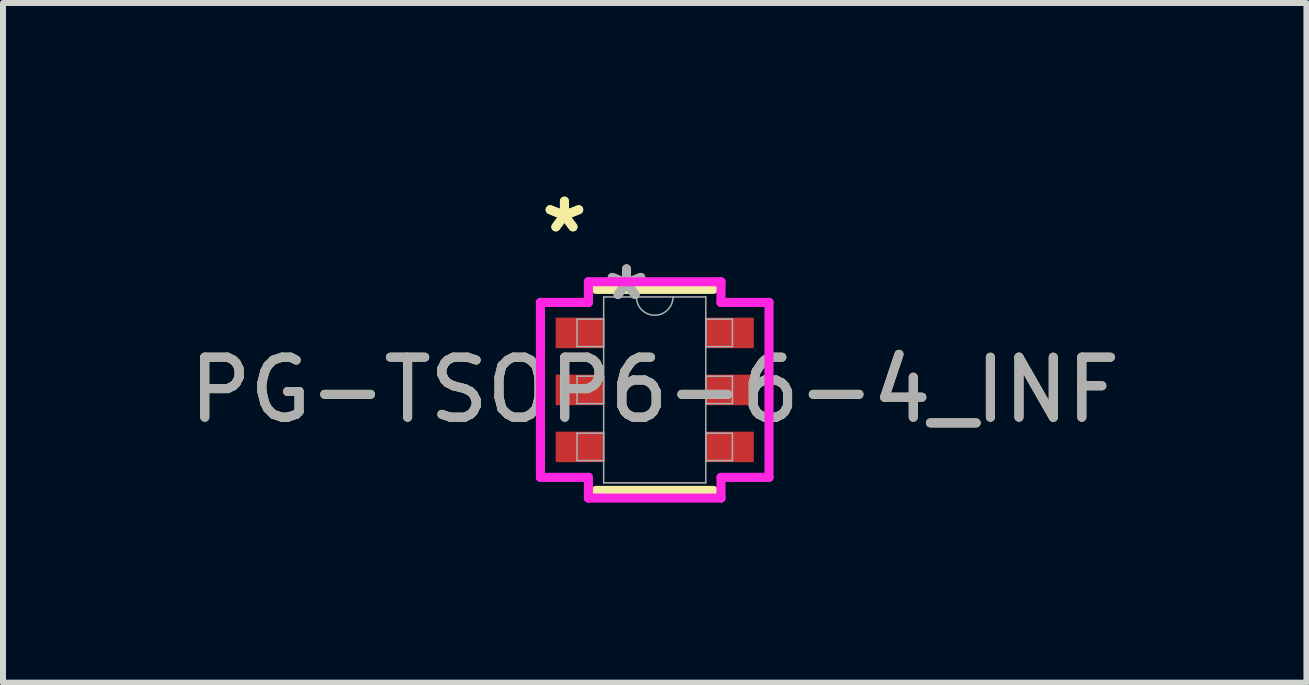
<source format=kicad_pcb>
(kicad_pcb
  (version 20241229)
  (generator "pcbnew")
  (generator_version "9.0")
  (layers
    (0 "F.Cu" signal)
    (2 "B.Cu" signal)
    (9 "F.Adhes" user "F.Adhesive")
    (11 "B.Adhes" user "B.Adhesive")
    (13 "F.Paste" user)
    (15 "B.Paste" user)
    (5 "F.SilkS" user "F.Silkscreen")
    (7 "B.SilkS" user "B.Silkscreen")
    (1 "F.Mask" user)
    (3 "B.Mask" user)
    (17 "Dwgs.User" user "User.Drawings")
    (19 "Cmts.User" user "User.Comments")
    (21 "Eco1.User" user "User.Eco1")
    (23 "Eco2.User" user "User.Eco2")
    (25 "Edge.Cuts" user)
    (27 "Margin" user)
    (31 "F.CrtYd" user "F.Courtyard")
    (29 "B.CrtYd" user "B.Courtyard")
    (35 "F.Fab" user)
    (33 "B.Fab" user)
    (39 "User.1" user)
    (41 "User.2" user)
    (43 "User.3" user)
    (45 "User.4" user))
  (footprint "PG-TSOP6-6-4_INF"
    (layer "F.Cu")
    (at 7.863 3.449)
    (property "Reference" "PG-TSOP6-6-4_INF" (at 0 0 0) (unlocked yes) (layer "F.SilkS") (effects (font (size 1 1) (thickness 0.15))))
    (attr smd)
    (fp_line (start -0.978 1.676) (end 0.978 1.676) (stroke (width 0.152) (type solid)) (layer "F.SilkS"))
    (fp_line (start 0.978 -1.676) (end -0.978 -1.676) (stroke (width 0.152) (type solid)) (layer "F.SilkS"))
    (fp_line (start -1.905 -1.458) (end -1.105 -1.458) (stroke (width 0.152) (type solid)) (layer "F.CrtYd"))
    (fp_line (start -1.905 1.458) (end -1.905 -1.458) (stroke (width 0.152) (type solid)) (layer "F.CrtYd"))
    (fp_line (start -1.905 1.458) (end -1.105 1.458) (stroke (width 0.152) (type solid)) (layer "F.CrtYd"))
    (fp_line (start -1.105 -1.803) (end 1.105 -1.803) (stroke (width 0.152) (type solid)) (layer "F.CrtYd"))
    (fp_line (start -1.105 -1.458) (end -1.105 -1.803) (stroke (width 0.152) (type solid)) (layer "F.CrtYd"))
    (fp_line (start -1.105 1.803) (end -1.105 1.458) (stroke (width 0.152) (type solid)) (layer "F.CrtYd"))
    (fp_line (start 1.105 -1.803) (end 1.105 -1.458) (stroke (width 0.152) (type solid)) (layer "F.CrtYd"))
    (fp_line (start 1.105 1.458) (end 1.105 1.803) (stroke (width 0.152) (type solid)) (layer "F.CrtYd"))
    (fp_line (start 1.105 1.803) (end -1.105 1.803) (stroke (width 0.152) (type solid)) (layer "F.CrtYd"))
    (fp_line (start 1.905 -1.458) (end 1.105 -1.458) (stroke (width 0.152) (type solid)) (layer "F.CrtYd"))
    (fp_line (start 1.905 -1.458) (end 1.905 1.458) (stroke (width 0.152) (type solid)) (layer "F.CrtYd"))
    (fp_line (start 1.905 1.458) (end 1.105 1.458) (stroke (width 0.152) (type solid)) (layer "F.CrtYd"))
    (fp_line (start -1.295 -1.179) (end -1.295 -0.721) (stroke (width 0.025) (type solid)) (layer "F.Fab"))
    (fp_line (start -1.295 -0.721) (end -0.851 -0.721) (stroke (width 0.025) (type solid)) (layer "F.Fab"))
    (fp_line (start -1.295 -0.229) (end -1.295 0.229) (stroke (width 0.025) (type solid)) (layer "F.Fab"))
    (fp_line (start -1.295 0.229) (end -0.851 0.229) (stroke (width 0.025) (type solid)) (layer "F.Fab"))
    (fp_line (start -1.295 0.721) (end -1.295 1.179) (stroke (width 0.025) (type solid)) (layer "F.Fab"))
    (fp_line (start -1.295 1.179) (end -0.851 1.179) (stroke (width 0.025) (type solid)) (layer "F.Fab"))
    (fp_line (start -0.851 -1.549) (end -0.851 1.549) (stroke (width 0.025) (type solid)) (layer "F.Fab"))
    (fp_line (start -0.851 -1.179) (end -1.295 -1.179) (stroke (width 0.025) (type solid)) (layer "F.Fab"))
    (fp_line (start -0.851 -0.721) (end -0.851 -1.179) (stroke (width 0.025) (type solid)) (layer "F.Fab"))
    (fp_line (start -0.851 -0.229) (end -1.295 -0.229) (stroke (width 0.025) (type solid)) (layer "F.Fab"))
    (fp_line (start -0.851 0.229) (end -0.851 -0.229) (stroke (width 0.025) (type solid)) (layer "F.Fab"))
    (fp_line (start -0.851 0.721) (end -1.295 0.721) (stroke (width 0.025) (type solid)) (layer "F.Fab"))
    (fp_line (start -0.851 1.179) (end -0.851 0.721) (stroke (width 0.025) (type solid)) (layer "F.Fab"))
    (fp_line (start -0.851 1.549) (end 0.851 1.549) (stroke (width 0.025) (type solid)) (layer "F.Fab"))
    (fp_line (start 0.851 -1.549) (end -0.851 -1.549) (stroke (width 0.025) (type solid)) (layer "F.Fab"))
    (fp_line (start 0.851 -1.179) (end 0.851 -0.721) (stroke (width 0.025) (type solid)) (layer "F.Fab"))
    (fp_line (start 0.851 -0.721) (end 1.295 -0.721) (stroke (width 0.025) (type solid)) (layer "F.Fab"))
    (fp_line (start 0.851 -0.229) (end 0.851 0.229) (stroke (width 0.025) (type solid)) (layer "F.Fab"))
    (fp_line (start 0.851 0.229) (end 1.295 0.229) (stroke (width 0.025) (type solid)) (layer "F.Fab"))
    (fp_line (start 0.851 0.721) (end 0.851 1.179) (stroke (width 0.025) (type solid)) (layer "F.Fab"))
    (fp_line (start 0.851 1.179) (end 1.295 1.179) (stroke (width 0.025) (type solid)) (layer "F.Fab"))
    (fp_line (start 0.851 1.549) (end 0.851 -1.549) (stroke (width 0.025) (type solid)) (layer "F.Fab"))
    (fp_line (start 1.295 -1.179) (end 0.851 -1.179) (stroke (width 0.025) (type solid)) (layer "F.Fab"))
    (fp_line (start 1.295 -0.721) (end 1.295 -1.179) (stroke (width 0.025) (type solid)) (layer "F.Fab"))
    (fp_line (start 1.295 -0.229) (end 0.851 -0.229) (stroke (width 0.025) (type solid)) (layer "F.Fab"))
    (fp_line (start 1.295 0.229) (end 1.295 -0.229) (stroke (width 0.025) (type solid)) (layer "F.Fab"))
    (fp_line (start 1.295 0.721) (end 0.851 0.721) (stroke (width 0.025) (type solid)) (layer "F.Fab"))
    (fp_line (start 1.295 1.179) (end 1.295 0.721) (stroke (width 0.025) (type solid)) (layer "F.Fab"))
    (fp_arc (start 0.3048 -1.5494) (mid 0 -1.2446) (end -0.3048 -1.5494) (stroke (width 0.0254) (type solid)) (layer "F.Fab"))
    (fp_text user "*" (at -1.505 -2.601 0) (unlocked yes) (layer "F.SilkS") (effects (font (size 1 1) (thickness 0.15))))
    (fp_text user "*" (at -1.505 -2.601 0) (layer "F.SilkS") (effects (font (size 1 1) (thickness 0.15))))
    (fp_text user "${REFERENCE}" (at 0 0 0) (unlocked yes) (layer "F.Fab") (effects (font (size 1 1) (thickness 0.15))))
    (fp_text user "*" (at -0.47 -1.473 0) (layer "F.Fab") (effects (font (size 1 1) (thickness 0.15))))
    (fp_text user "*" (at -0.47 -1.473 0) (unlocked yes) (layer "F.Fab") (effects (font (size 1 1) (thickness 0.15))))
    (pad "1" smd rect (at -1.251 -0.95) (size 0.8 0.508) (layers "F.Cu" "F.Mask" "F.Paste"))
    (pad "2" smd rect (at -1.251 0) (size 0.8 0.508) (layers "F.Cu" "F.Mask" "F.Paste"))
    (pad "3" smd rect (at -1.251 0.95) (size 0.8 0.508) (layers "F.Cu" "F.Mask" "F.Paste"))
    (pad "4" smd rect (at 1.251 0.95) (size 0.8 0.508) (layers "F.Cu" "F.Mask" "F.Paste"))
    (pad "5" smd rect (at 1.251 0) (size 0.8 0.508) (layers "F.Cu" "F.Mask" "F.Paste"))
    (pad "6" smd rect (at 1.251 -0.95) (size 0.8 0.508) (layers "F.Cu" "F.Mask" "F.Paste")))
  (gr_rect
    (start -3 -3)
    (end 18.726 8.329)
    (stroke (width 0.1) (type default))
    (fill no)
    (layer "Edge.Cuts")))
</source>
